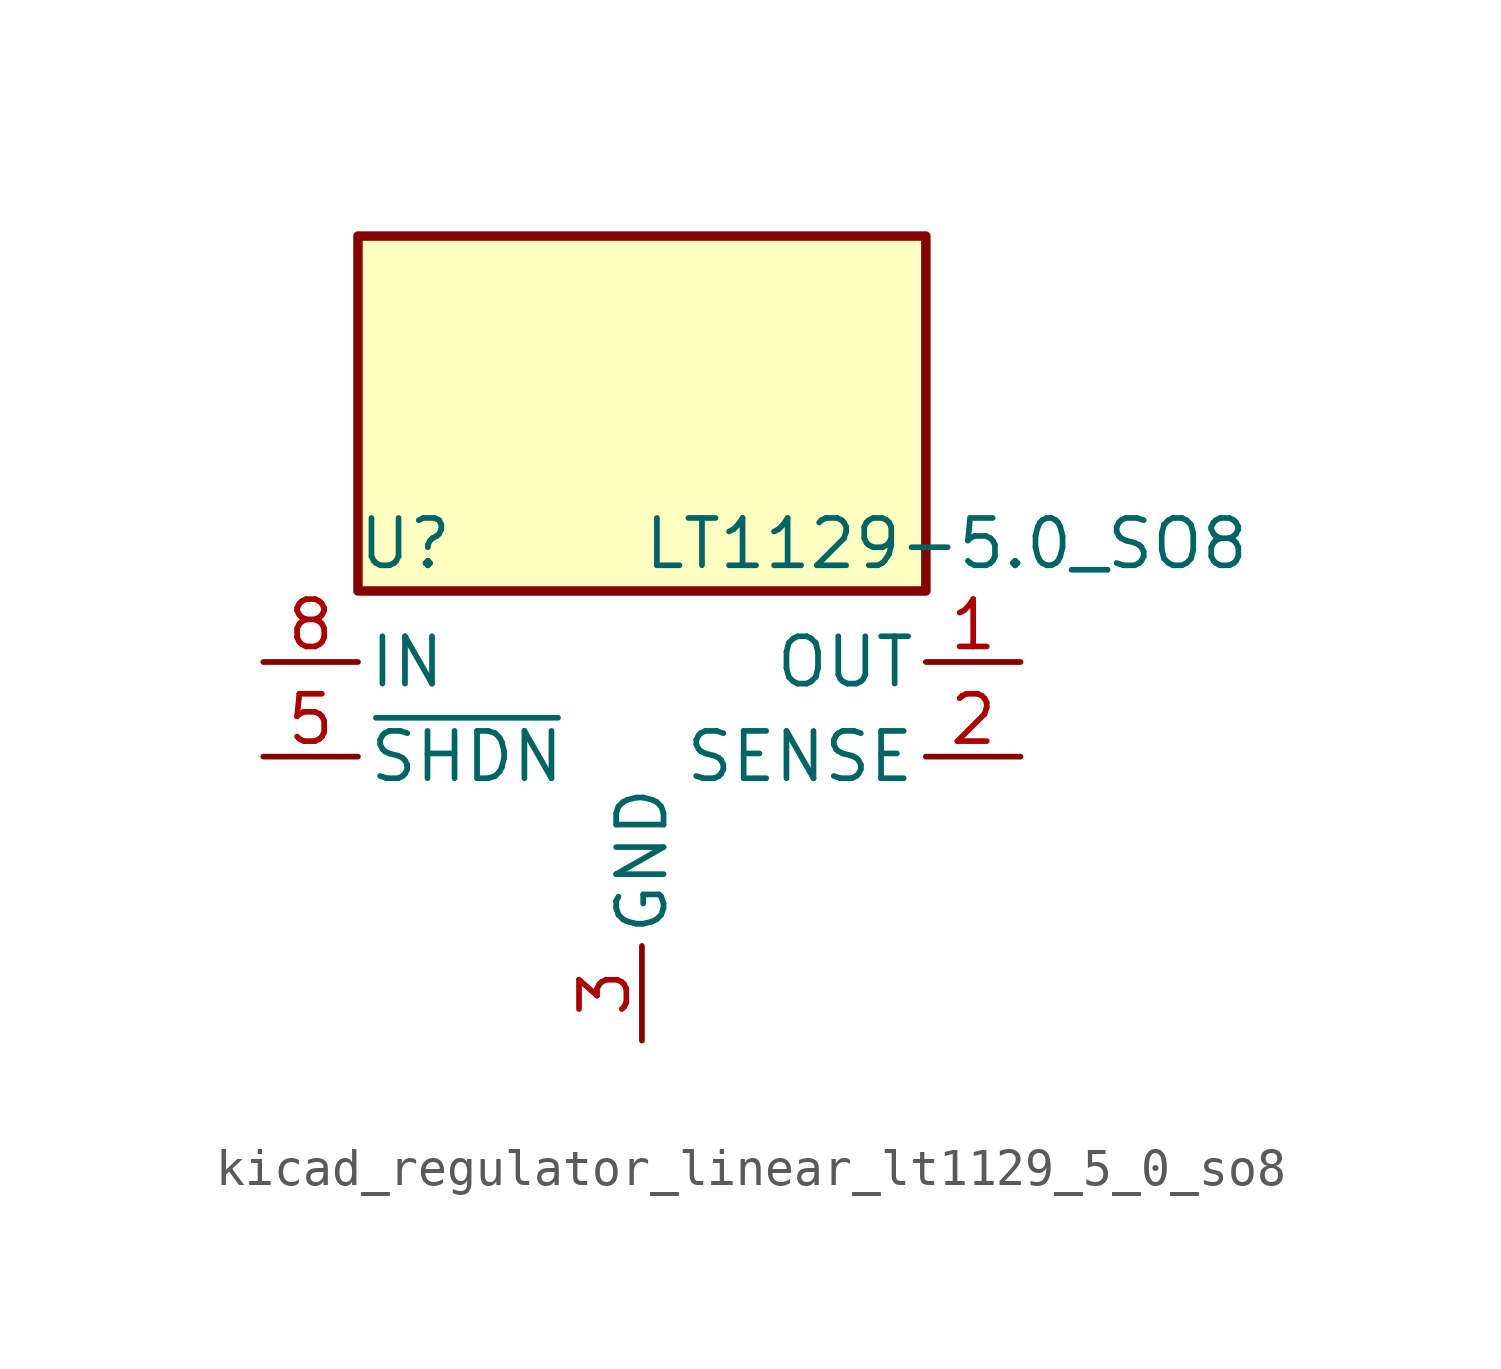
<source format=kicad_sym>
(kicad_symbol_lib
  (version 20220914)
  (generator kicad_symbol_editor)
  (symbol "kicad_regulator_linear_lt1129_5_0_so8"
    (pin_names
      (offset 0.254))
    (property "Reference" "U"
      (at -6.35 5.715 0)
      (effects (font (size 1.27 1.27))))
    (property "Value" "LT1129-5.0_SO8"
      (at 0 5.715 0)
      (effects (font (size 1.27 1.27)) (justify left)))
    (symbol "kicad_regulator_linear_lt1129_5_0_so8_0_1"
      (rectangle (start 7.62 13.97) (end -7.62 4.445) (stroke (width 0.254) (type default)) (fill (type background))))
    (symbol "kicad_regulator_linear_lt1129_5_0_so8_1_1"
      (pin power_out line (at 10.16 2.54 180) (length 2.54) (name "OUT" (effects (font (size 1.27 1.27)))) (number "1" (effects (font (size 1.27 1.27)))))
      (pin input line (at 10.16 0 180) (length 2.54) (name "SENSE" (effects (font (size 1.27 1.27)))) (number "2" (effects (font (size 1.27 1.27)))))
      (pin power_in line (at 0 -7.62 90) (length 2.54) (name "GND" (effects (font (size 1.27 1.27)))) (number "3" (effects (font (size 1.27 1.27)))))
      (pin no_connect line (at 7.62 -2.54 180) (length 2.54) hide (name "NC" (effects (font (size 1.27 1.27)))) (number "4" (effects (font (size 1.27 1.27)))))
      (pin input line (at -10.16 0 0) (length 2.54) (name "~{SHDN}" (effects (font (size 1.27 1.27)))) (number "5" (effects (font (size 1.27 1.27)))))
      (pin passive line (at 0 -7.62 90) (length 2.54) hide (name "GND" (effects (font (size 1.27 1.27)))) (number "6" (effects (font (size 1.27 1.27)))))
      (pin passive line (at 0 -7.62 90) (length 2.54) hide (name "GND" (effects (font (size 1.27 1.27)))) (number "7" (effects (font (size 1.27 1.27)))))
      (pin power_in line (at -10.16 2.54 0) (length 2.54) (name "IN" (effects (font (size 1.27 1.27)))) (number "8" (effects (font (size 1.27 1.27))))))))
</source>
